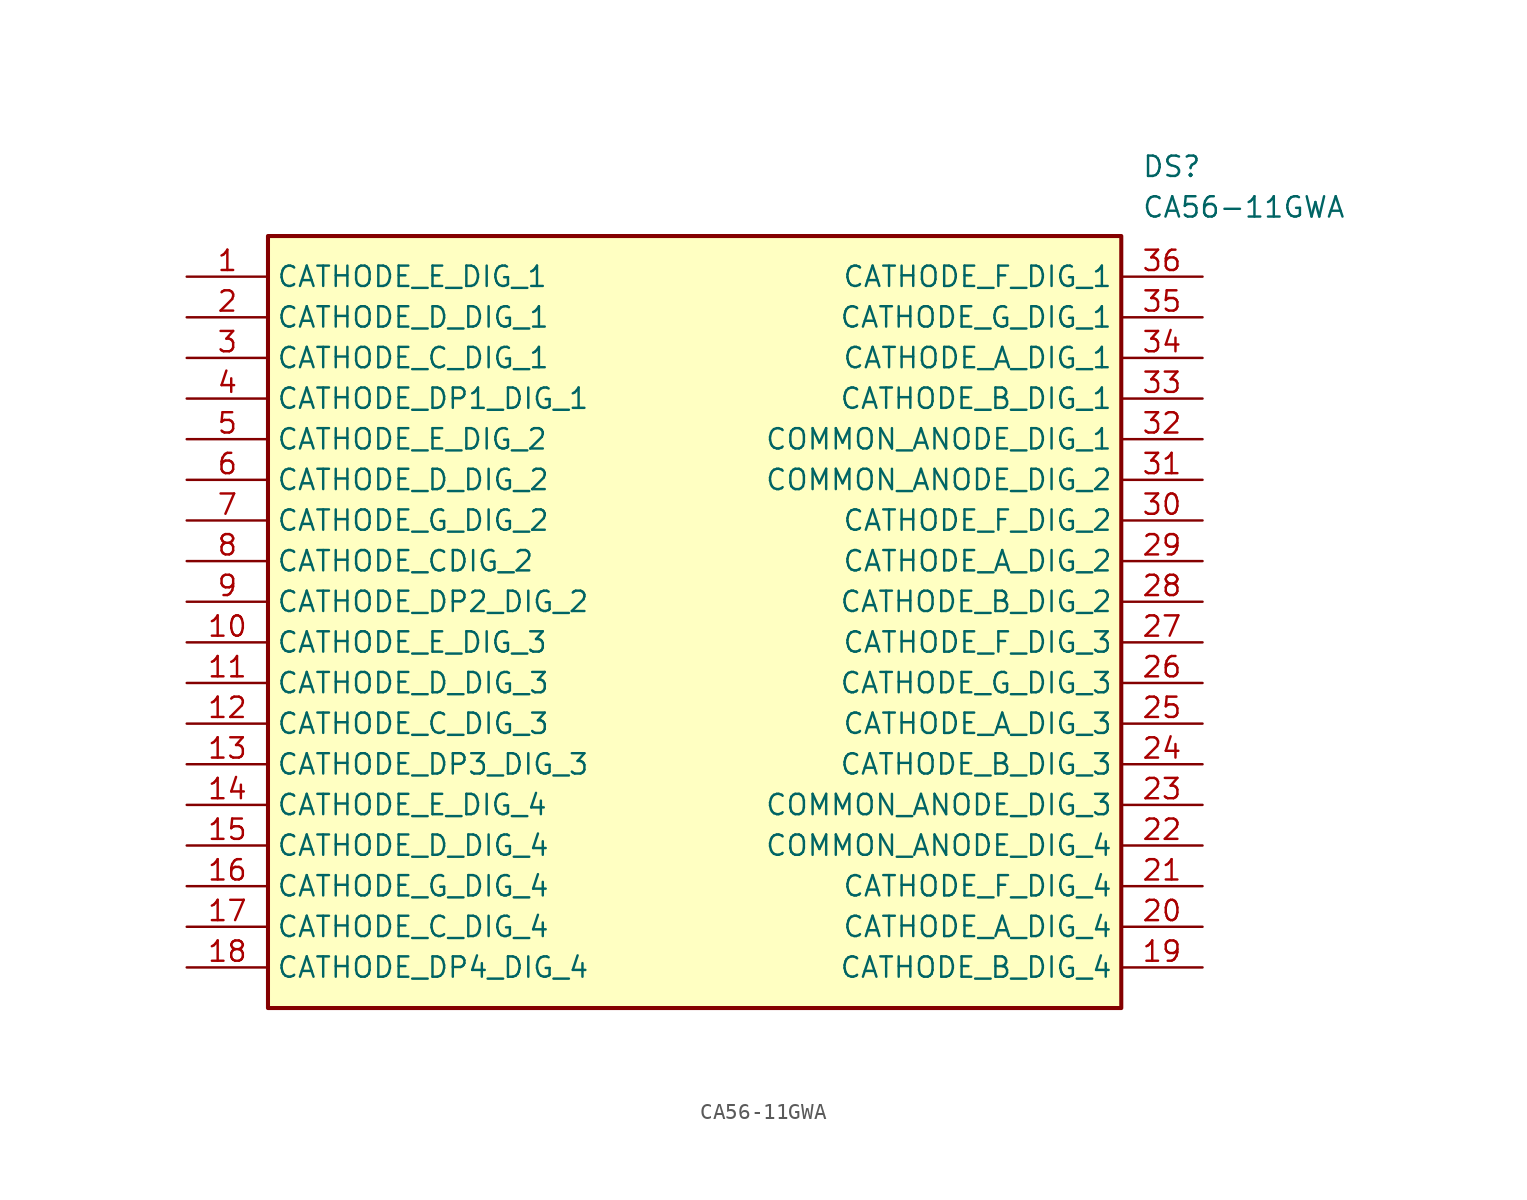
<source format=kicad_sym>
(kicad_symbol_lib
  (version 20211014)
  (generator SamacSys_ECAD_Model)
  (symbol "CA56-11GWA"
    (property "Reference" "DS"
      (at 59.69 7.62 0)
      (effects (font (size 1.27 1.27)) (justify left top)))
    (property "Value" "CA56-11GWA"
      (at 59.69 5.08 0)
      (effects (font (size 1.27 1.27)) (justify left top)))
    (rectangle
      (start 5.08 2.54)
      (end 58.42 -45.72)
      (stroke (width 0.254) (type default))
      (fill (type background)))
    (pin passive line
      (at 0 0 0)
      (length 5.08)
      (name "CATHODE_E_DIG_1" (effects (font (size 1.27 1.27))))
      (number "1" (effects (font (size 1.27 1.27)))))
    (pin passive line
      (at 0 -2.54 0)
      (length 5.08)
      (name "CATHODE_D_DIG_1" (effects (font (size 1.27 1.27))))
      (number "2" (effects (font (size 1.27 1.27)))))
    (pin passive line
      (at 0 -5.08 0)
      (length 5.08)
      (name "CATHODE_C_DIG_1" (effects (font (size 1.27 1.27))))
      (number "3" (effects (font (size 1.27 1.27)))))
    (pin passive line
      (at 0 -7.62 0)
      (length 5.08)
      (name "CATHODE_DP1_DIG_1" (effects (font (size 1.27 1.27))))
      (number "4" (effects (font (size 1.27 1.27)))))
    (pin passive line
      (at 0 -10.16 0)
      (length 5.08)
      (name "CATHODE_E_DIG_2" (effects (font (size 1.27 1.27))))
      (number "5" (effects (font (size 1.27 1.27)))))
    (pin passive line
      (at 0 -12.7 0)
      (length 5.08)
      (name "CATHODE_D_DIG_2" (effects (font (size 1.27 1.27))))
      (number "6" (effects (font (size 1.27 1.27)))))
    (pin passive line
      (at 0 -15.24 0)
      (length 5.08)
      (name "CATHODE_G_DIG_2" (effects (font (size 1.27 1.27))))
      (number "7" (effects (font (size 1.27 1.27)))))
    (pin passive line
      (at 0 -17.78 0)
      (length 5.08)
      (name "CATHODE_CDIG_2" (effects (font (size 1.27 1.27))))
      (number "8" (effects (font (size 1.27 1.27)))))
    (pin passive line
      (at 0 -20.32 0)
      (length 5.08)
      (name "CATHODE_DP2_DIG_2" (effects (font (size 1.27 1.27))))
      (number "9" (effects (font (size 1.27 1.27)))))
    (pin passive line
      (at 0 -22.86 0)
      (length 5.08)
      (name "CATHODE_E_DIG_3" (effects (font (size 1.27 1.27))))
      (number "10" (effects (font (size 1.27 1.27)))))
    (pin passive line
      (at 0 -25.4 0)
      (length 5.08)
      (name "CATHODE_D_DIG_3" (effects (font (size 1.27 1.27))))
      (number "11" (effects (font (size 1.27 1.27)))))
    (pin passive line
      (at 0 -27.94 0)
      (length 5.08)
      (name "CATHODE_C_DIG_3" (effects (font (size 1.27 1.27))))
      (number "12" (effects (font (size 1.27 1.27)))))
    (pin passive line
      (at 0 -30.48 0)
      (length 5.08)
      (name "CATHODE_DP3_DIG_3" (effects (font (size 1.27 1.27))))
      (number "13" (effects (font (size 1.27 1.27)))))
    (pin passive line
      (at 0 -33.02 0)
      (length 5.08)
      (name "CATHODE_E_DIG_4" (effects (font (size 1.27 1.27))))
      (number "14" (effects (font (size 1.27 1.27)))))
    (pin passive line
      (at 0 -35.56 0)
      (length 5.08)
      (name "CATHODE_D_DIG_4" (effects (font (size 1.27 1.27))))
      (number "15" (effects (font (size 1.27 1.27)))))
    (pin passive line
      (at 0 -38.1 0)
      (length 5.08)
      (name "CATHODE_G_DIG_4" (effects (font (size 1.27 1.27))))
      (number "16" (effects (font (size 1.27 1.27)))))
    (pin passive line
      (at 0 -40.64 0)
      (length 5.08)
      (name "CATHODE_C_DIG_4" (effects (font (size 1.27 1.27))))
      (number "17" (effects (font (size 1.27 1.27)))))
    (pin passive line
      (at 0 -43.18 0)
      (length 5.08)
      (name "CATHODE_DP4_DIG_4" (effects (font (size 1.27 1.27))))
      (number "18" (effects (font (size 1.27 1.27)))))
    (pin passive line
      (at 63.5 -43.18 180)
      (length 5.08)
      (name "CATHODE_B_DIG_4" (effects (font (size 1.27 1.27))))
      (number "19" (effects (font (size 1.27 1.27)))))
    (pin passive line
      (at 63.5 -40.64 180)
      (length 5.08)
      (name "CATHODE_A_DIG_4" (effects (font (size 1.27 1.27))))
      (number "20" (effects (font (size 1.27 1.27)))))
    (pin passive line
      (at 63.5 -38.1 180)
      (length 5.08)
      (name "CATHODE_F_DIG_4" (effects (font (size 1.27 1.27))))
      (number "21" (effects (font (size 1.27 1.27)))))
    (pin passive line
      (at 63.5 -35.56 180)
      (length 5.08)
      (name "COMMON_ANODE_DIG_4" (effects (font (size 1.27 1.27))))
      (number "22" (effects (font (size 1.27 1.27)))))
    (pin passive line
      (at 63.5 -33.02 180)
      (length 5.08)
      (name "COMMON_ANODE_DIG_3" (effects (font (size 1.27 1.27))))
      (number "23" (effects (font (size 1.27 1.27)))))
    (pin passive line
      (at 63.5 -30.48 180)
      (length 5.08)
      (name "CATHODE_B_DIG_3" (effects (font (size 1.27 1.27))))
      (number "24" (effects (font (size 1.27 1.27)))))
    (pin passive line
      (at 63.5 -27.94 180)
      (length 5.08)
      (name "CATHODE_A_DIG_3" (effects (font (size 1.27 1.27))))
      (number "25" (effects (font (size 1.27 1.27)))))
    (pin passive line
      (at 63.5 -25.4 180)
      (length 5.08)
      (name "CATHODE_G_DIG_3" (effects (font (size 1.27 1.27))))
      (number "26" (effects (font (size 1.27 1.27)))))
    (pin passive line
      (at 63.5 -22.86 180)
      (length 5.08)
      (name "CATHODE_F_DIG_3" (effects (font (size 1.27 1.27))))
      (number "27" (effects (font (size 1.27 1.27)))))
    (pin passive line
      (at 63.5 -20.32 180)
      (length 5.08)
      (name "CATHODE_B_DIG_2" (effects (font (size 1.27 1.27))))
      (number "28" (effects (font (size 1.27 1.27)))))
    (pin passive line
      (at 63.5 -17.78 180)
      (length 5.08)
      (name "CATHODE_A_DIG_2" (effects (font (size 1.27 1.27))))
      (number "29" (effects (font (size 1.27 1.27)))))
    (pin passive line
      (at 63.5 -15.24 180)
      (length 5.08)
      (name "CATHODE_F_DIG_2" (effects (font (size 1.27 1.27))))
      (number "30" (effects (font (size 1.27 1.27)))))
    (pin passive line
      (at 63.5 -12.7 180)
      (length 5.08)
      (name "COMMON_ANODE_DIG_2" (effects (font (size 1.27 1.27))))
      (number "31" (effects (font (size 1.27 1.27)))))
    (pin passive line
      (at 63.5 -10.16 180)
      (length 5.08)
      (name "COMMON_ANODE_DIG_1" (effects (font (size 1.27 1.27))))
      (number "32" (effects (font (size 1.27 1.27)))))
    (pin passive line
      (at 63.5 -7.62 180)
      (length 5.08)
      (name "CATHODE_B_DIG_1" (effects (font (size 1.27 1.27))))
      (number "33" (effects (font (size 1.27 1.27)))))
    (pin passive line
      (at 63.5 -5.08 180)
      (length 5.08)
      (name "CATHODE_A_DIG_1" (effects (font (size 1.27 1.27))))
      (number "34" (effects (font (size 1.27 1.27)))))
    (pin passive line
      (at 63.5 -2.54 180)
      (length 5.08)
      (name "CATHODE_G_DIG_1" (effects (font (size 1.27 1.27))))
      (number "35" (effects (font (size 1.27 1.27)))))
    (pin passive line
      (at 63.5 0 180)
      (length 5.08)
      (name "CATHODE_F_DIG_1" (effects (font (size 1.27 1.27))))
      (number "36" (effects (font (size 1.27 1.27)))))))
</source>
